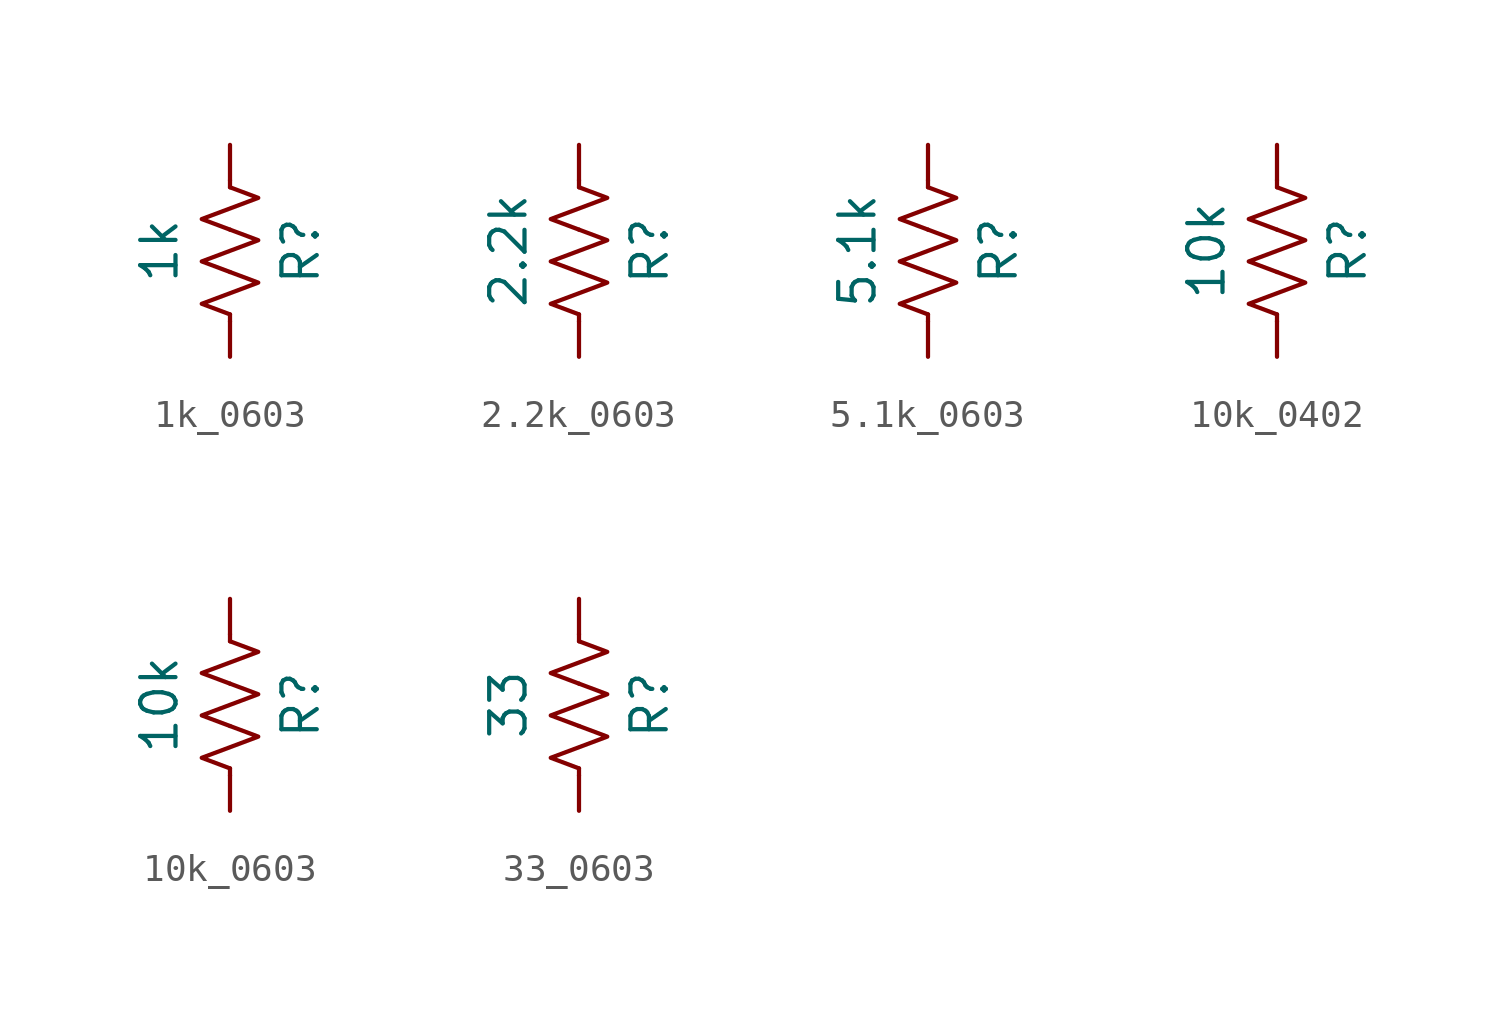
<source format=kicad_sym>
(kicad_symbol_lib
  (version 20220914)
  (generator kicad_symbol_editor)
  (symbol "1k_0603"
    (pin_numbers hide)
    (pin_names
      (offset 0))
    (property "Reference" "R"
      (at 2.54 0 90)
      (effects (font (size 1.27 1.27))))
    (property "Value" "1k"
      (at -2.54 0 90)
      (effects (font (size 1.27 1.27))))
    (symbol "1k_0603_0_1"
      (polyline (pts (xy 0 -2.286) (xy 0 -2.54)) (stroke (width 0) (type default)) (fill (type none)))
      (polyline (pts (xy 0 2.286) (xy 0 2.54)) (stroke (width 0) (type default)) (fill (type none)))
      (polyline (pts (xy 0 -0.762) (xy 1.016 -1.143) (xy 0 -1.524) (xy -1.016 -1.905) (xy 0 -2.286)) (stroke (width 0) (type default)) (fill (type none)))
      (polyline (pts (xy 0 0.762) (xy 1.016 0.381) (xy 0 0) (xy -1.016 -0.381) (xy 0 -0.762)) (stroke (width 0) (type default)) (fill (type none)))
      (polyline (pts (xy 0 2.286) (xy 1.016 1.905) (xy 0 1.524) (xy -1.016 1.143) (xy 0 0.762)) (stroke (width 0) (type default)) (fill (type none))))
    (symbol "1k_0603_1_1"
      (pin passive line (at 0 3.81 270) (length 1.27) (name "~" (effects (font (size 1.27 1.27)))) (number "1" (effects (font (size 1.27 1.27)))))
      (pin passive line (at 0 -3.81 90) (length 1.27) (name "~" (effects (font (size 1.27 1.27)))) (number "2" (effects (font (size 1.27 1.27)))))))
  (symbol "2.2k_0603"
    (pin_numbers hide)
    (pin_names
      (offset 0))
    (property "Reference" "R"
      (at 2.54 0 90)
      (effects (font (size 1.27 1.27))))
    (property "Value" "2.2k"
      (at -2.54 0 90)
      (effects (font (size 1.27 1.27))))
    (symbol "2.2k_0603_0_1"
      (polyline (pts (xy 0 -2.286) (xy 0 -2.54)) (stroke (width 0) (type default)) (fill (type none)))
      (polyline (pts (xy 0 2.286) (xy 0 2.54)) (stroke (width 0) (type default)) (fill (type none)))
      (polyline (pts (xy 0 -0.762) (xy 1.016 -1.143) (xy 0 -1.524) (xy -1.016 -1.905) (xy 0 -2.286)) (stroke (width 0) (type default)) (fill (type none)))
      (polyline (pts (xy 0 0.762) (xy 1.016 0.381) (xy 0 0) (xy -1.016 -0.381) (xy 0 -0.762)) (stroke (width 0) (type default)) (fill (type none)))
      (polyline (pts (xy 0 2.286) (xy 1.016 1.905) (xy 0 1.524) (xy -1.016 1.143) (xy 0 0.762)) (stroke (width 0) (type default)) (fill (type none))))
    (symbol "2.2k_0603_1_1"
      (pin passive line (at 0 3.81 270) (length 1.27) (name "~" (effects (font (size 1.27 1.27)))) (number "1" (effects (font (size 1.27 1.27)))))
      (pin passive line (at 0 -3.81 90) (length 1.27) (name "~" (effects (font (size 1.27 1.27)))) (number "2" (effects (font (size 1.27 1.27)))))))
  (symbol "5.1k_0603"
    (pin_numbers hide)
    (pin_names
      (offset 0))
    (property "Reference" "R"
      (at 2.54 0 90)
      (effects (font (size 1.27 1.27))))
    (property "Value" "5.1k"
      (at -2.54 0 90)
      (effects (font (size 1.27 1.27))))
    (symbol "5.1k_0603_0_1"
      (polyline (pts (xy 0 -2.286) (xy 0 -2.54)) (stroke (width 0) (type default)) (fill (type none)))
      (polyline (pts (xy 0 2.286) (xy 0 2.54)) (stroke (width 0) (type default)) (fill (type none)))
      (polyline (pts (xy 0 -0.762) (xy 1.016 -1.143) (xy 0 -1.524) (xy -1.016 -1.905) (xy 0 -2.286)) (stroke (width 0) (type default)) (fill (type none)))
      (polyline (pts (xy 0 0.762) (xy 1.016 0.381) (xy 0 0) (xy -1.016 -0.381) (xy 0 -0.762)) (stroke (width 0) (type default)) (fill (type none)))
      (polyline (pts (xy 0 2.286) (xy 1.016 1.905) (xy 0 1.524) (xy -1.016 1.143) (xy 0 0.762)) (stroke (width 0) (type default)) (fill (type none))))
    (symbol "5.1k_0603_1_1"
      (pin passive line (at 0 3.81 270) (length 1.27) (name "~" (effects (font (size 1.27 1.27)))) (number "1" (effects (font (size 1.27 1.27)))))
      (pin passive line (at 0 -3.81 90) (length 1.27) (name "~" (effects (font (size 1.27 1.27)))) (number "2" (effects (font (size 1.27 1.27)))))))
  (symbol "10k_0402"
    (pin_numbers hide)
    (pin_names
      (offset 0))
    (property "Reference" "R"
      (at 2.54 0 90)
      (effects (font (size 1.27 1.27))))
    (property "Value" "10k"
      (at -2.54 0 90)
      (effects (font (size 1.27 1.27))))
    (symbol "10k_0402_0_1"
      (polyline (pts (xy 0 -2.286) (xy 0 -2.54)) (stroke (width 0) (type default)) (fill (type none)))
      (polyline (pts (xy 0 2.286) (xy 0 2.54)) (stroke (width 0) (type default)) (fill (type none)))
      (polyline (pts (xy 0 -0.762) (xy 1.016 -1.143) (xy 0 -1.524) (xy -1.016 -1.905) (xy 0 -2.286)) (stroke (width 0) (type default)) (fill (type none)))
      (polyline (pts (xy 0 0.762) (xy 1.016 0.381) (xy 0 0) (xy -1.016 -0.381) (xy 0 -0.762)) (stroke (width 0) (type default)) (fill (type none)))
      (polyline (pts (xy 0 2.286) (xy 1.016 1.905) (xy 0 1.524) (xy -1.016 1.143) (xy 0 0.762)) (stroke (width 0) (type default)) (fill (type none))))
    (symbol "10k_0402_1_1"
      (pin passive line (at 0 3.81 270) (length 1.27) (name "~" (effects (font (size 1.27 1.27)))) (number "1" (effects (font (size 1.27 1.27)))))
      (pin passive line (at 0 -3.81 90) (length 1.27) (name "~" (effects (font (size 1.27 1.27)))) (number "2" (effects (font (size 1.27 1.27)))))))
  (symbol "10k_0603"
    (pin_numbers hide)
    (pin_names
      (offset 0))
    (property "Reference" "R"
      (at 2.54 0 90)
      (effects (font (size 1.27 1.27))))
    (property "Value" "10k"
      (at -2.54 0 90)
      (effects (font (size 1.27 1.27))))
    (symbol "10k_0603_0_1"
      (polyline (pts (xy 0 -2.286) (xy 0 -2.54)) (stroke (width 0) (type default)) (fill (type none)))
      (polyline (pts (xy 0 2.286) (xy 0 2.54)) (stroke (width 0) (type default)) (fill (type none)))
      (polyline (pts (xy 0 -0.762) (xy 1.016 -1.143) (xy 0 -1.524) (xy -1.016 -1.905) (xy 0 -2.286)) (stroke (width 0) (type default)) (fill (type none)))
      (polyline (pts (xy 0 0.762) (xy 1.016 0.381) (xy 0 0) (xy -1.016 -0.381) (xy 0 -0.762)) (stroke (width 0) (type default)) (fill (type none)))
      (polyline (pts (xy 0 2.286) (xy 1.016 1.905) (xy 0 1.524) (xy -1.016 1.143) (xy 0 0.762)) (stroke (width 0) (type default)) (fill (type none))))
    (symbol "10k_0603_1_1"
      (pin passive line (at 0 3.81 270) (length 1.27) (name "~" (effects (font (size 1.27 1.27)))) (number "1" (effects (font (size 1.27 1.27)))))
      (pin passive line (at 0 -3.81 90) (length 1.27) (name "~" (effects (font (size 1.27 1.27)))) (number "2" (effects (font (size 1.27 1.27)))))))
  (symbol "33_0603"
    (pin_numbers hide)
    (pin_names
      (offset 0))
    (property "Reference" "R"
      (at 2.54 0 90)
      (effects (font (size 1.27 1.27))))
    (property "Value" "33"
      (at -2.54 0 90)
      (effects (font (size 1.27 1.27))))
    (symbol "33_0603_0_1"
      (polyline (pts (xy 0 -2.286) (xy 0 -2.54)) (stroke (width 0) (type default)) (fill (type none)))
      (polyline (pts (xy 0 2.286) (xy 0 2.54)) (stroke (width 0) (type default)) (fill (type none)))
      (polyline (pts (xy 0 -0.762) (xy 1.016 -1.143) (xy 0 -1.524) (xy -1.016 -1.905) (xy 0 -2.286)) (stroke (width 0) (type default)) (fill (type none)))
      (polyline (pts (xy 0 0.762) (xy 1.016 0.381) (xy 0 0) (xy -1.016 -0.381) (xy 0 -0.762)) (stroke (width 0) (type default)) (fill (type none)))
      (polyline (pts (xy 0 2.286) (xy 1.016 1.905) (xy 0 1.524) (xy -1.016 1.143) (xy 0 0.762)) (stroke (width 0) (type default)) (fill (type none))))
    (symbol "33_0603_1_1"
      (pin passive line (at 0 3.81 270) (length 1.27) (name "~" (effects (font (size 1.27 1.27)))) (number "1" (effects (font (size 1.27 1.27)))))
      (pin passive line (at 0 -3.81 90) (length 1.27) (name "~" (effects (font (size 1.27 1.27)))) (number "2" (effects (font (size 1.27 1.27))))))))
</source>
